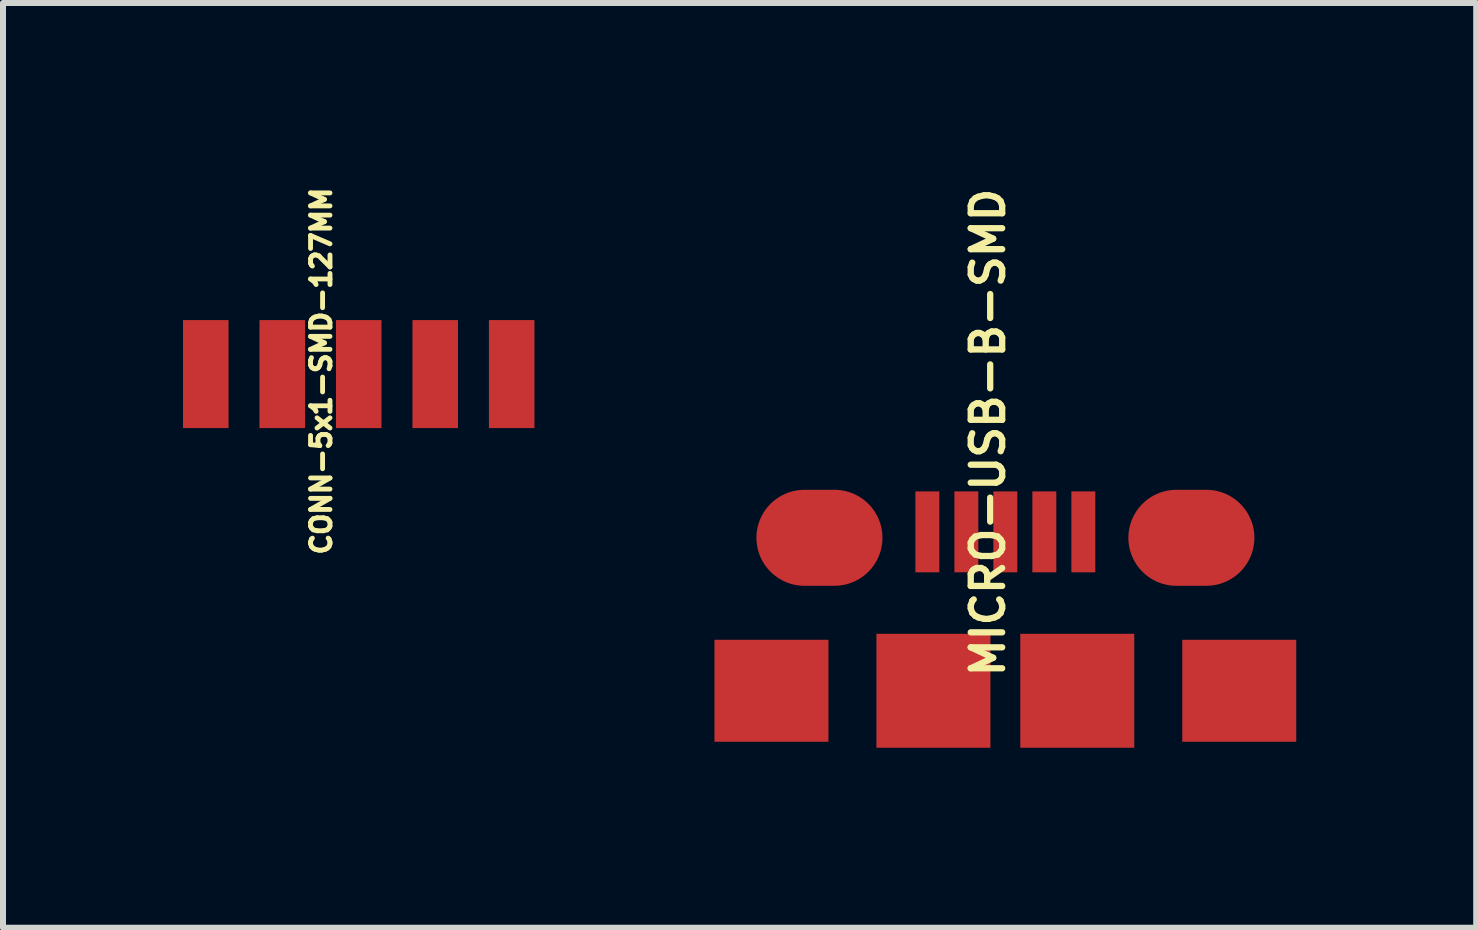
<source format=kicad_pcb>
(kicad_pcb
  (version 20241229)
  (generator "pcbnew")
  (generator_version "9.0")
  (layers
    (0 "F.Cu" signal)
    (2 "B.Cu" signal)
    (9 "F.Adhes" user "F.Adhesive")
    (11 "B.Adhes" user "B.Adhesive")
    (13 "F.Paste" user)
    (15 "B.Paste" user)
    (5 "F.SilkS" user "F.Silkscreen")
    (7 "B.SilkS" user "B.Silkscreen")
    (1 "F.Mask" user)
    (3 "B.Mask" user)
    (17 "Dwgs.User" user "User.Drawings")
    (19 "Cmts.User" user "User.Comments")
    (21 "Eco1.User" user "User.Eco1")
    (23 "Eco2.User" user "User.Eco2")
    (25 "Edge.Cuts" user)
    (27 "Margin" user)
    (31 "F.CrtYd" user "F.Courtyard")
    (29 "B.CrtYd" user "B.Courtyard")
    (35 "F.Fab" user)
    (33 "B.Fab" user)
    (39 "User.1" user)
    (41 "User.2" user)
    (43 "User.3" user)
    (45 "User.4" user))
  (footprint "MICRO-USB-B-SMD"
    (layer "F.Cu")
    (at 13.709 6.766)
    (property "Reference" "MICRO-USB-B-SMD" (at -0.29 -2.606 90) (layer "F.SilkS") (effects (font (size 0.524 0.524) (thickness 0.105))))
    (attr through_hole)
    (pad "1" smd rect (at -1.3 -0.95) (size 0.399 1.349) (layers "F.Cu" "F.Mask" "F.Paste"))
    (pad "2" smd rect (at -0.65 -0.95) (size 0.399 1.349) (layers "F.Cu" "F.Mask" "F.Paste"))
    (pad "3" smd rect (at 0 -0.95) (size 0.399 1.349) (layers "F.Cu" "F.Mask" "F.Paste"))
    (pad "4" smd rect (at 0.65 -0.95) (size 0.399 1.349) (layers "F.Cu" "F.Mask" "F.Paste"))
    (pad "5" smd rect (at 1.3 -0.95) (size 0.399 1.349) (layers "F.Cu" "F.Mask" "F.Paste"))
    (pad "6" smd oval (at 3.101 -0.851) (size 2.101 1.6) (layers "F.Cu" "F.Mask" "F.Paste"))
    (pad "7" smd rect (at 3.899 1.699) (size 1.9 1.7) (layers "F.Cu" "F.Mask" "F.Paste"))
    (pad "8" smd rect (at -3.899 1.699) (size 1.9 1.7) (layers "F.Cu" "F.Mask" "F.Paste"))
    (pad "8" smd rect (at -1.199 1.699) (size 1.9 1.9) (layers "F.Cu" "F.Mask" "F.Paste"))
    (pad "8" smd rect (at 1.199 1.699) (size 1.9 1.9) (layers "F.Cu" "F.Mask" "F.Paste"))
    (pad "9" smd oval (at -3.099 -0.851) (size 2.101 1.6) (layers "F.Cu" "F.Mask" "F.Paste")))
  (footprint "CONN-5x1-SMD-127MM"
    (layer "F.Cu")
    (at 2.559 3.026)
    (property "Reference" "CONN-5x1-SMD-127MM" (at -0.254 0.11 270) (layer "F.SilkS") (effects (font (size 0.324 0.324) (thickness 0.081))))
    (attr through_hole)
    (pad "1" smd rect (at -2.179 0.16) (size 0.759 1.8) (layers "F.Cu" "F.Mask" "F.Paste"))
    (pad "2" smd rect (at -0.904 0.16) (size 0.759 1.8) (layers "F.Cu" "F.Mask" "F.Paste"))
    (pad "3" smd rect (at 0.371 0.16) (size 0.759 1.8) (layers "F.Cu" "F.Mask" "F.Paste"))
    (pad "4" smd rect (at 1.646 0.16) (size 0.759 1.8) (layers "F.Cu" "F.Mask" "F.Paste"))
    (pad "5" smd rect (at 2.921 0.16) (size 0.759 1.8) (layers "F.Cu" "F.Mask" "F.Paste")))
  (gr_rect
    (start -3 -3)
    (end 21.558 12.415)
    (stroke (width 0.1) (type default))
    (fill no)
    (layer "Edge.Cuts")))
</source>
